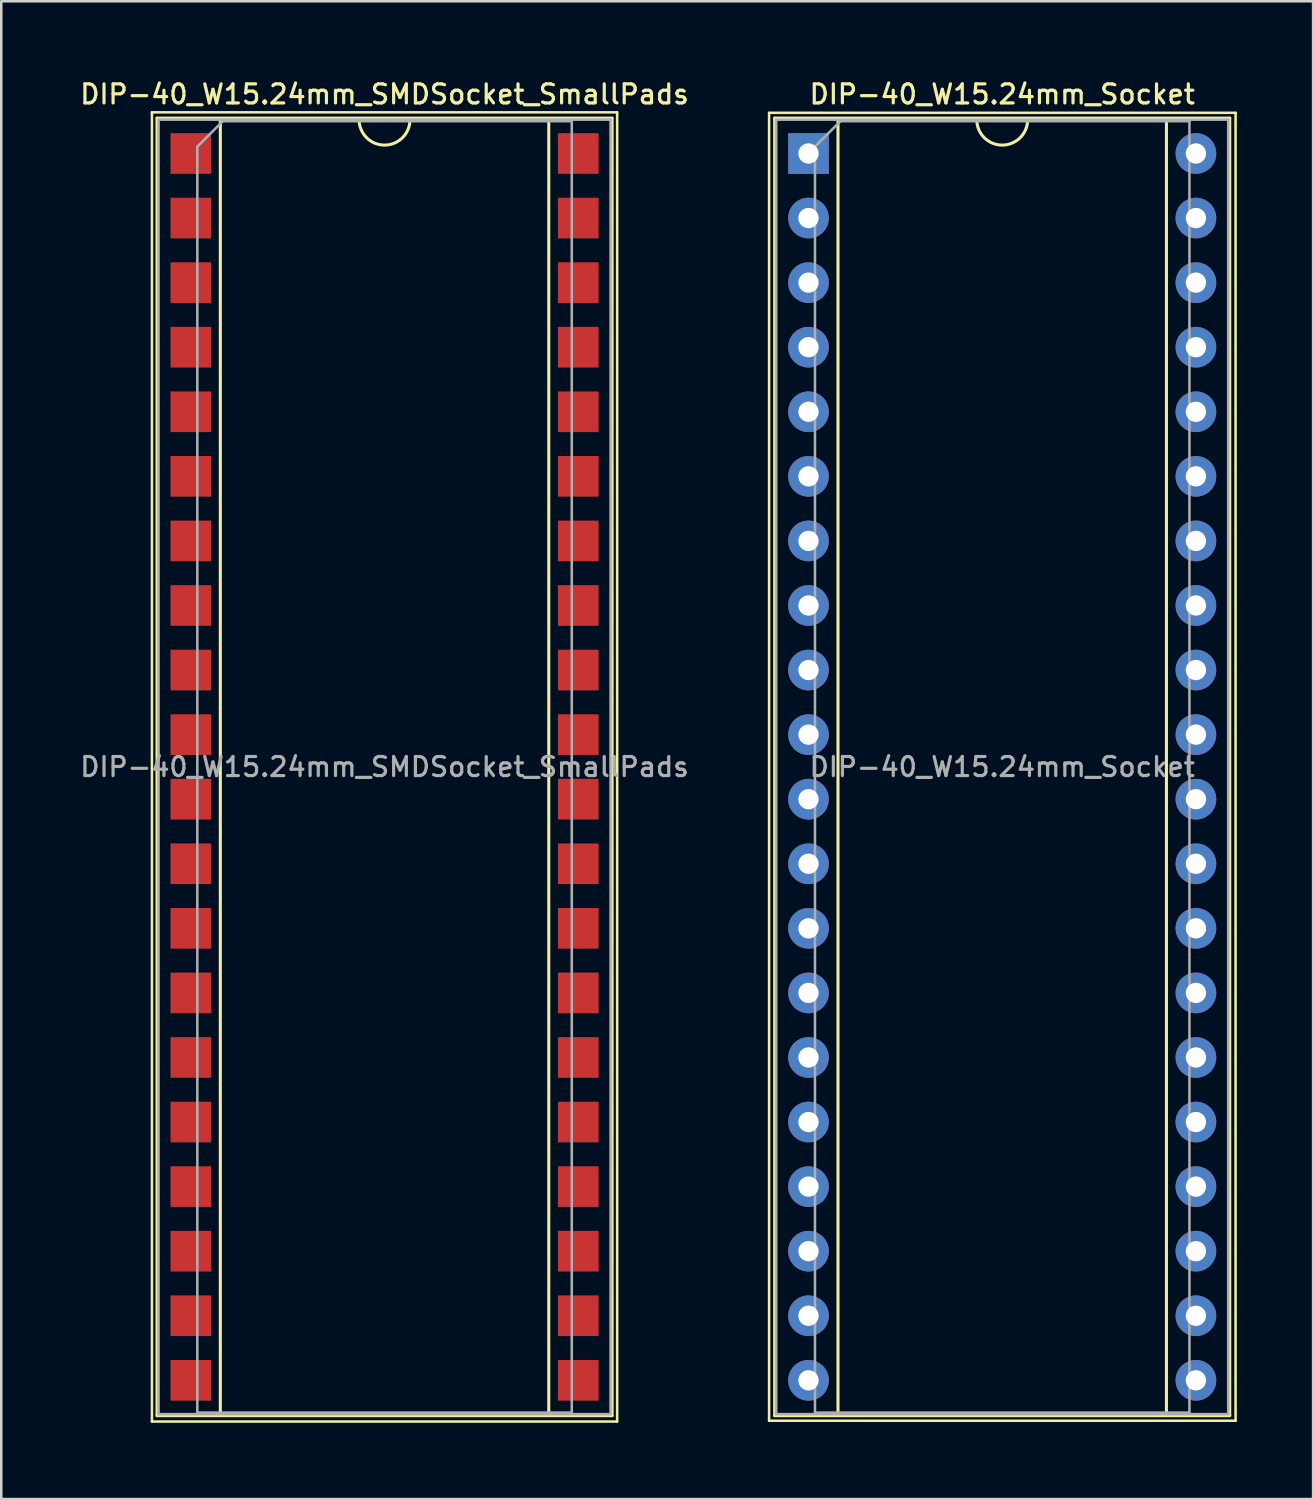
<source format=kicad_pcb>
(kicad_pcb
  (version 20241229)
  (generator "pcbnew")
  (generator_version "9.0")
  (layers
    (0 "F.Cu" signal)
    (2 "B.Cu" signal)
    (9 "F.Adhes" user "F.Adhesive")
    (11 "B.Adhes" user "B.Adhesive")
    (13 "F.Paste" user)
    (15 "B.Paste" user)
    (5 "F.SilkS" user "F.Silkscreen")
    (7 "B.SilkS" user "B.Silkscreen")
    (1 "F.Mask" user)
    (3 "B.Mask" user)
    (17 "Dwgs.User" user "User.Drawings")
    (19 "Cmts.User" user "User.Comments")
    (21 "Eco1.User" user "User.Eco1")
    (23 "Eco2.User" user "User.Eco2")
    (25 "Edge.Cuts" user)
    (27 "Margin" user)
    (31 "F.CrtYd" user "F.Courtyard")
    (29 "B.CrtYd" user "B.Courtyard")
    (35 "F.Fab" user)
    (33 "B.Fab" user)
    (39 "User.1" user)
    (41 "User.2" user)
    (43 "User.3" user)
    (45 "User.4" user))
  (footprint "DIP-40_W15.24mm_Socket"
    (layer "F.Cu")
    (at 28.754 2.988)
    (property "Reference" "DIP-40_W15.24mm_Socket" (at 7.62 -2.33 0) (layer "F.SilkS") (effects (font (size 0.75 0.75) (thickness 0.125))))
    (attr through_hole)
    (fp_line (start -1.55 -1.6) (end -1.55 49.85) (stroke (width 0.1) (type solid)) (layer "F.SilkS"))
    (fp_line (start -1.55 49.85) (end 16.8 49.85) (stroke (width 0.1) (type solid)) (layer "F.SilkS"))
    (fp_line (start -1.33 -1.39) (end -1.33 49.65) (stroke (width 0.12) (type solid)) (layer "F.SilkS"))
    (fp_line (start -1.33 49.65) (end 16.57 49.65) (stroke (width 0.12) (type solid)) (layer "F.SilkS"))
    (fp_line (start 1.16 -1.33) (end 1.16 49.59) (stroke (width 0.12) (type solid)) (layer "F.SilkS"))
    (fp_line (start 1.16 49.59) (end 14.08 49.59) (stroke (width 0.12) (type solid)) (layer "F.SilkS"))
    (fp_line (start 6.62 -1.33) (end 1.16 -1.33) (stroke (width 0.12) (type solid)) (layer "F.SilkS"))
    (fp_line (start 14.08 -1.33) (end 8.62 -1.33) (stroke (width 0.12) (type solid)) (layer "F.SilkS"))
    (fp_line (start 14.08 49.59) (end 14.08 -1.33) (stroke (width 0.12) (type solid)) (layer "F.SilkS"))
    (fp_line (start 16.57 -1.39) (end -1.33 -1.39) (stroke (width 0.12) (type solid)) (layer "F.SilkS"))
    (fp_line (start 16.57 49.65) (end 16.57 -1.39) (stroke (width 0.12) (type solid)) (layer "F.SilkS"))
    (fp_line (start 16.8 -1.6) (end -1.55 -1.6) (stroke (width 0.1) (type solid)) (layer "F.SilkS"))
    (fp_line (start 16.8 49.85) (end 16.8 -1.6) (stroke (width 0.1) (type solid)) (layer "F.SilkS"))
    (fp_arc (start 8.62 -1.33) (mid 7.62 -0.33) (end 6.62 -1.33) (stroke (width 0.12) (type solid)) (layer "F.SilkS"))
    (fp_line (start -1.27 -1.33) (end -1.27 49.59) (stroke (width 0.1) (type solid)) (layer "F.Fab"))
    (fp_line (start -1.27 49.59) (end 16.51 49.59) (stroke (width 0.1) (type solid)) (layer "F.Fab"))
    (fp_line (start 0.255 -0.27) (end 1.255 -1.27) (stroke (width 0.1) (type solid)) (layer "F.Fab"))
    (fp_line (start 0.255 49.53) (end 0.255 -0.27) (stroke (width 0.1) (type solid)) (layer "F.Fab"))
    (fp_line (start 1.255 -1.27) (end 14.985 -1.27) (stroke (width 0.1) (type solid)) (layer "F.Fab"))
    (fp_line (start 14.985 -1.27) (end 14.985 49.53) (stroke (width 0.1) (type solid)) (layer "F.Fab"))
    (fp_line (start 14.985 49.53) (end 0.255 49.53) (stroke (width 0.1) (type solid)) (layer "F.Fab"))
    (fp_line (start 16.51 -1.33) (end -1.27 -1.33) (stroke (width 0.1) (type solid)) (layer "F.Fab"))
    (fp_line (start 16.51 49.59) (end 16.51 -1.33) (stroke (width 0.1) (type solid)) (layer "F.Fab"))
    (fp_text user "${REFERENCE}" (at 7.62 24.13 0) (layer "F.Fab") (effects (font (size 0.75 0.75) (thickness 0.125))))
    (pad "1" thru_hole rect (at 0 0) (size 1.6 1.6) (drill 0.8) (layers "*.Cu" "*.Mask"))
    (pad "2" thru_hole oval (at 0 2.54) (size 1.6 1.6) (drill 0.8) (layers "*.Cu" "*.Mask"))
    (pad "3" thru_hole oval (at 0 5.08) (size 1.6 1.6) (drill 0.8) (layers "*.Cu" "*.Mask"))
    (pad "4" thru_hole oval (at 0 7.62) (size 1.6 1.6) (drill 0.8) (layers "*.Cu" "*.Mask"))
    (pad "5" thru_hole oval (at 0 10.16) (size 1.6 1.6) (drill 0.8) (layers "*.Cu" "*.Mask"))
    (pad "6" thru_hole oval (at 0 12.7) (size 1.6 1.6) (drill 0.8) (layers "*.Cu" "*.Mask"))
    (pad "7" thru_hole oval (at 0 15.24) (size 1.6 1.6) (drill 0.8) (layers "*.Cu" "*.Mask"))
    (pad "8" thru_hole oval (at 0 17.78) (size 1.6 1.6) (drill 0.8) (layers "*.Cu" "*.Mask"))
    (pad "9" thru_hole oval (at 0 20.32) (size 1.6 1.6) (drill 0.8) (layers "*.Cu" "*.Mask"))
    (pad "10" thru_hole oval (at 0 22.86) (size 1.6 1.6) (drill 0.8) (layers "*.Cu" "*.Mask"))
    (pad "11" thru_hole oval (at 0 25.4) (size 1.6 1.6) (drill 0.8) (layers "*.Cu" "*.Mask"))
    (pad "12" thru_hole oval (at 0 27.94) (size 1.6 1.6) (drill 0.8) (layers "*.Cu" "*.Mask"))
    (pad "13" thru_hole oval (at 0 30.48) (size 1.6 1.6) (drill 0.8) (layers "*.Cu" "*.Mask"))
    (pad "14" thru_hole oval (at 0 33.02) (size 1.6 1.6) (drill 0.8) (layers "*.Cu" "*.Mask"))
    (pad "15" thru_hole oval (at 0 35.56) (size 1.6 1.6) (drill 0.8) (layers "*.Cu" "*.Mask"))
    (pad "16" thru_hole oval (at 0 38.1) (size 1.6 1.6) (drill 0.8) (layers "*.Cu" "*.Mask"))
    (pad "17" thru_hole oval (at 0 40.64) (size 1.6 1.6) (drill 0.8) (layers "*.Cu" "*.Mask"))
    (pad "18" thru_hole oval (at 0 43.18) (size 1.6 1.6) (drill 0.8) (layers "*.Cu" "*.Mask"))
    (pad "19" thru_hole oval (at 0 45.72) (size 1.6 1.6) (drill 0.8) (layers "*.Cu" "*.Mask"))
    (pad "20" thru_hole oval (at 0 48.26) (size 1.6 1.6) (drill 0.8) (layers "*.Cu" "*.Mask"))
    (pad "21" thru_hole oval (at 15.24 48.26) (size 1.6 1.6) (drill 0.8) (layers "*.Cu" "*.Mask"))
    (pad "22" thru_hole oval (at 15.24 45.72) (size 1.6 1.6) (drill 0.8) (layers "*.Cu" "*.Mask"))
    (pad "23" thru_hole oval (at 15.24 43.18) (size 1.6 1.6) (drill 0.8) (layers "*.Cu" "*.Mask"))
    (pad "24" thru_hole oval (at 15.24 40.64) (size 1.6 1.6) (drill 0.8) (layers "*.Cu" "*.Mask"))
    (pad "25" thru_hole oval (at 15.24 38.1) (size 1.6 1.6) (drill 0.8) (layers "*.Cu" "*.Mask"))
    (pad "26" thru_hole oval (at 15.24 35.56) (size 1.6 1.6) (drill 0.8) (layers "*.Cu" "*.Mask"))
    (pad "27" thru_hole oval (at 15.24 33.02) (size 1.6 1.6) (drill 0.8) (layers "*.Cu" "*.Mask"))
    (pad "28" thru_hole oval (at 15.24 30.48) (size 1.6 1.6) (drill 0.8) (layers "*.Cu" "*.Mask"))
    (pad "29" thru_hole oval (at 15.24 27.94) (size 1.6 1.6) (drill 0.8) (layers "*.Cu" "*.Mask"))
    (pad "30" thru_hole oval (at 15.24 25.4) (size 1.6 1.6) (drill 0.8) (layers "*.Cu" "*.Mask"))
    (pad "31" thru_hole oval (at 15.24 22.86) (size 1.6 1.6) (drill 0.8) (layers "*.Cu" "*.Mask"))
    (pad "32" thru_hole oval (at 15.24 20.32) (size 1.6 1.6) (drill 0.8) (layers "*.Cu" "*.Mask"))
    (pad "33" thru_hole oval (at 15.24 17.78) (size 1.6 1.6) (drill 0.8) (layers "*.Cu" "*.Mask"))
    (pad "34" thru_hole oval (at 15.24 15.24) (size 1.6 1.6) (drill 0.8) (layers "*.Cu" "*.Mask"))
    (pad "35" thru_hole oval (at 15.24 12.7) (size 1.6 1.6) (drill 0.8) (layers "*.Cu" "*.Mask"))
    (pad "36" thru_hole oval (at 15.24 10.16) (size 1.6 1.6) (drill 0.8) (layers "*.Cu" "*.Mask"))
    (pad "37" thru_hole oval (at 15.24 7.62) (size 1.6 1.6) (drill 0.8) (layers "*.Cu" "*.Mask"))
    (pad "38" thru_hole oval (at 15.24 5.08) (size 1.6 1.6) (drill 0.8) (layers "*.Cu" "*.Mask"))
    (pad "39" thru_hole oval (at 15.24 2.54) (size 1.6 1.6) (drill 0.8) (layers "*.Cu" "*.Mask"))
    (pad "40" thru_hole oval (at 15.24 0) (size 1.6 1.6) (drill 0.8) (layers "*.Cu" "*.Mask")))
  (footprint "DIP-40_W15.24mm_SMDSocket_SmallPads"
    (layer "F.Cu")
    (at 12.077 27.118)
    (property "Reference" "DIP-40_W15.24mm_SMDSocket_SmallPads" (at 0 -26.46 0) (layer "F.SilkS") (effects (font (size 0.75 0.75) (thickness 0.125))))
    (attr smd)
    (fp_line (start -9.15 -25.75) (end -9.15 25.75) (stroke (width 0.1) (type solid)) (layer "F.SilkS"))
    (fp_line (start -9.15 25.75) (end 9.15 25.75) (stroke (width 0.1) (type solid)) (layer "F.SilkS"))
    (fp_line (start -8.95 -25.52) (end -8.95 25.52) (stroke (width 0.12) (type solid)) (layer "F.SilkS"))
    (fp_line (start -8.95 25.52) (end 8.95 25.52) (stroke (width 0.12) (type solid)) (layer "F.SilkS"))
    (fp_line (start -6.46 -25.46) (end -6.46 25.46) (stroke (width 0.12) (type solid)) (layer "F.SilkS"))
    (fp_line (start -6.46 25.46) (end 6.46 25.46) (stroke (width 0.12) (type solid)) (layer "F.SilkS"))
    (fp_line (start -1 -25.46) (end -6.46 -25.46) (stroke (width 0.12) (type solid)) (layer "F.SilkS"))
    (fp_line (start 6.46 -25.46) (end 1 -25.46) (stroke (width 0.12) (type solid)) (layer "F.SilkS"))
    (fp_line (start 6.46 25.46) (end 6.46 -25.46) (stroke (width 0.12) (type solid)) (layer "F.SilkS"))
    (fp_line (start 8.95 -25.52) (end -8.95 -25.52) (stroke (width 0.12) (type solid)) (layer "F.SilkS"))
    (fp_line (start 8.95 25.52) (end 8.95 -25.52) (stroke (width 0.12) (type solid)) (layer "F.SilkS"))
    (fp_line (start 9.15 -25.75) (end -9.15 -25.75) (stroke (width 0.1) (type solid)) (layer "F.SilkS"))
    (fp_line (start 9.15 25.75) (end 9.15 -25.75) (stroke (width 0.1) (type solid)) (layer "F.SilkS"))
    (fp_arc (start 1 -25.46) (mid 0 -24.46) (end -1 -25.46) (stroke (width 0.12) (type solid)) (layer "F.SilkS"))
    (fp_line (start -8.89 -25.46) (end -8.89 25.46) (stroke (width 0.1) (type solid)) (layer "F.Fab"))
    (fp_line (start -8.89 25.46) (end 8.89 25.46) (stroke (width 0.1) (type solid)) (layer "F.Fab"))
    (fp_line (start -7.365 -24.4) (end -6.365 -25.4) (stroke (width 0.1) (type solid)) (layer "F.Fab"))
    (fp_line (start -7.365 25.4) (end -7.365 -24.4) (stroke (width 0.1) (type solid)) (layer "F.Fab"))
    (fp_line (start -6.365 -25.4) (end 7.365 -25.4) (stroke (width 0.1) (type solid)) (layer "F.Fab"))
    (fp_line (start 7.365 -25.4) (end 7.365 25.4) (stroke (width 0.1) (type solid)) (layer "F.Fab"))
    (fp_line (start 7.365 25.4) (end -7.365 25.4) (stroke (width 0.1) (type solid)) (layer "F.Fab"))
    (fp_line (start 8.89 -25.46) (end -8.89 -25.46) (stroke (width 0.1) (type solid)) (layer "F.Fab"))
    (fp_line (start 8.89 25.46) (end 8.89 -25.46) (stroke (width 0.1) (type solid)) (layer "F.Fab"))
    (fp_text user "${REFERENCE}" (at 0 0 0) (layer "F.Fab") (effects (font (size 0.75 0.75) (thickness 0.125))))
    (pad "1" smd rect (at -7.62 -24.13) (size 1.6 1.6) (layers "F.Cu" "F.Mask" "F.Paste"))
    (pad "2" smd rect (at -7.62 -21.59) (size 1.6 1.6) (layers "F.Cu" "F.Mask" "F.Paste"))
    (pad "3" smd rect (at -7.62 -19.05) (size 1.6 1.6) (layers "F.Cu" "F.Mask" "F.Paste"))
    (pad "4" smd rect (at -7.62 -16.51) (size 1.6 1.6) (layers "F.Cu" "F.Mask" "F.Paste"))
    (pad "5" smd rect (at -7.62 -13.97) (size 1.6 1.6) (layers "F.Cu" "F.Mask" "F.Paste"))
    (pad "6" smd rect (at -7.62 -11.43) (size 1.6 1.6) (layers "F.Cu" "F.Mask" "F.Paste"))
    (pad "7" smd rect (at -7.62 -8.89) (size 1.6 1.6) (layers "F.Cu" "F.Mask" "F.Paste"))
    (pad "8" smd rect (at -7.62 -6.35) (size 1.6 1.6) (layers "F.Cu" "F.Mask" "F.Paste"))
    (pad "9" smd rect (at -7.62 -3.81) (size 1.6 1.6) (layers "F.Cu" "F.Mask" "F.Paste"))
    (pad "10" smd rect (at -7.62 -1.27) (size 1.6 1.6) (layers "F.Cu" "F.Mask" "F.Paste"))
    (pad "11" smd rect (at -7.62 1.27) (size 1.6 1.6) (layers "F.Cu" "F.Mask" "F.Paste"))
    (pad "12" smd rect (at -7.62 3.81) (size 1.6 1.6) (layers "F.Cu" "F.Mask" "F.Paste"))
    (pad "13" smd rect (at -7.62 6.35) (size 1.6 1.6) (layers "F.Cu" "F.Mask" "F.Paste"))
    (pad "14" smd rect (at -7.62 8.89) (size 1.6 1.6) (layers "F.Cu" "F.Mask" "F.Paste"))
    (pad "15" smd rect (at -7.62 11.43) (size 1.6 1.6) (layers "F.Cu" "F.Mask" "F.Paste"))
    (pad "16" smd rect (at -7.62 13.97) (size 1.6 1.6) (layers "F.Cu" "F.Mask" "F.Paste"))
    (pad "17" smd rect (at -7.62 16.51) (size 1.6 1.6) (layers "F.Cu" "F.Mask" "F.Paste"))
    (pad "18" smd rect (at -7.62 19.05) (size 1.6 1.6) (layers "F.Cu" "F.Mask" "F.Paste"))
    (pad "19" smd rect (at -7.62 21.59) (size 1.6 1.6) (layers "F.Cu" "F.Mask" "F.Paste"))
    (pad "20" smd rect (at -7.62 24.13) (size 1.6 1.6) (layers "F.Cu" "F.Mask" "F.Paste"))
    (pad "21" smd rect (at 7.62 24.13) (size 1.6 1.6) (layers "F.Cu" "F.Mask" "F.Paste"))
    (pad "22" smd rect (at 7.62 21.59) (size 1.6 1.6) (layers "F.Cu" "F.Mask" "F.Paste"))
    (pad "23" smd rect (at 7.62 19.05) (size 1.6 1.6) (layers "F.Cu" "F.Mask" "F.Paste"))
    (pad "24" smd rect (at 7.62 16.51) (size 1.6 1.6) (layers "F.Cu" "F.Mask" "F.Paste"))
    (pad "25" smd rect (at 7.62 13.97) (size 1.6 1.6) (layers "F.Cu" "F.Mask" "F.Paste"))
    (pad "26" smd rect (at 7.62 11.43) (size 1.6 1.6) (layers "F.Cu" "F.Mask" "F.Paste"))
    (pad "27" smd rect (at 7.62 8.89) (size 1.6 1.6) (layers "F.Cu" "F.Mask" "F.Paste"))
    (pad "28" smd rect (at 7.62 6.35) (size 1.6 1.6) (layers "F.Cu" "F.Mask" "F.Paste"))
    (pad "29" smd rect (at 7.62 3.81) (size 1.6 1.6) (layers "F.Cu" "F.Mask" "F.Paste"))
    (pad "30" smd rect (at 7.62 1.27) (size 1.6 1.6) (layers "F.Cu" "F.Mask" "F.Paste"))
    (pad "31" smd rect (at 7.62 -1.27) (size 1.6 1.6) (layers "F.Cu" "F.Mask" "F.Paste"))
    (pad "32" smd rect (at 7.62 -3.81) (size 1.6 1.6) (layers "F.Cu" "F.Mask" "F.Paste"))
    (pad "33" smd rect (at 7.62 -6.35) (size 1.6 1.6) (layers "F.Cu" "F.Mask" "F.Paste"))
    (pad "34" smd rect (at 7.62 -8.89) (size 1.6 1.6) (layers "F.Cu" "F.Mask" "F.Paste"))
    (pad "35" smd rect (at 7.62 -11.43) (size 1.6 1.6) (layers "F.Cu" "F.Mask" "F.Paste"))
    (pad "36" smd rect (at 7.62 -13.97) (size 1.6 1.6) (layers "F.Cu" "F.Mask" "F.Paste"))
    (pad "37" smd rect (at 7.62 -16.51) (size 1.6 1.6) (layers "F.Cu" "F.Mask" "F.Paste"))
    (pad "38" smd rect (at 7.62 -19.05) (size 1.6 1.6) (layers "F.Cu" "F.Mask" "F.Paste"))
    (pad "39" smd rect (at 7.62 -21.59) (size 1.6 1.6) (layers "F.Cu" "F.Mask" "F.Paste"))
    (pad "40" smd rect (at 7.62 -24.13) (size 1.6 1.6) (layers "F.Cu" "F.Mask" "F.Paste")))
  (gr_rect
    (start -3 -3)
    (end 48.604 55.918)
    (stroke (width 0.1) (type default))
    (fill no)
    (layer "Edge.Cuts")))
</source>
